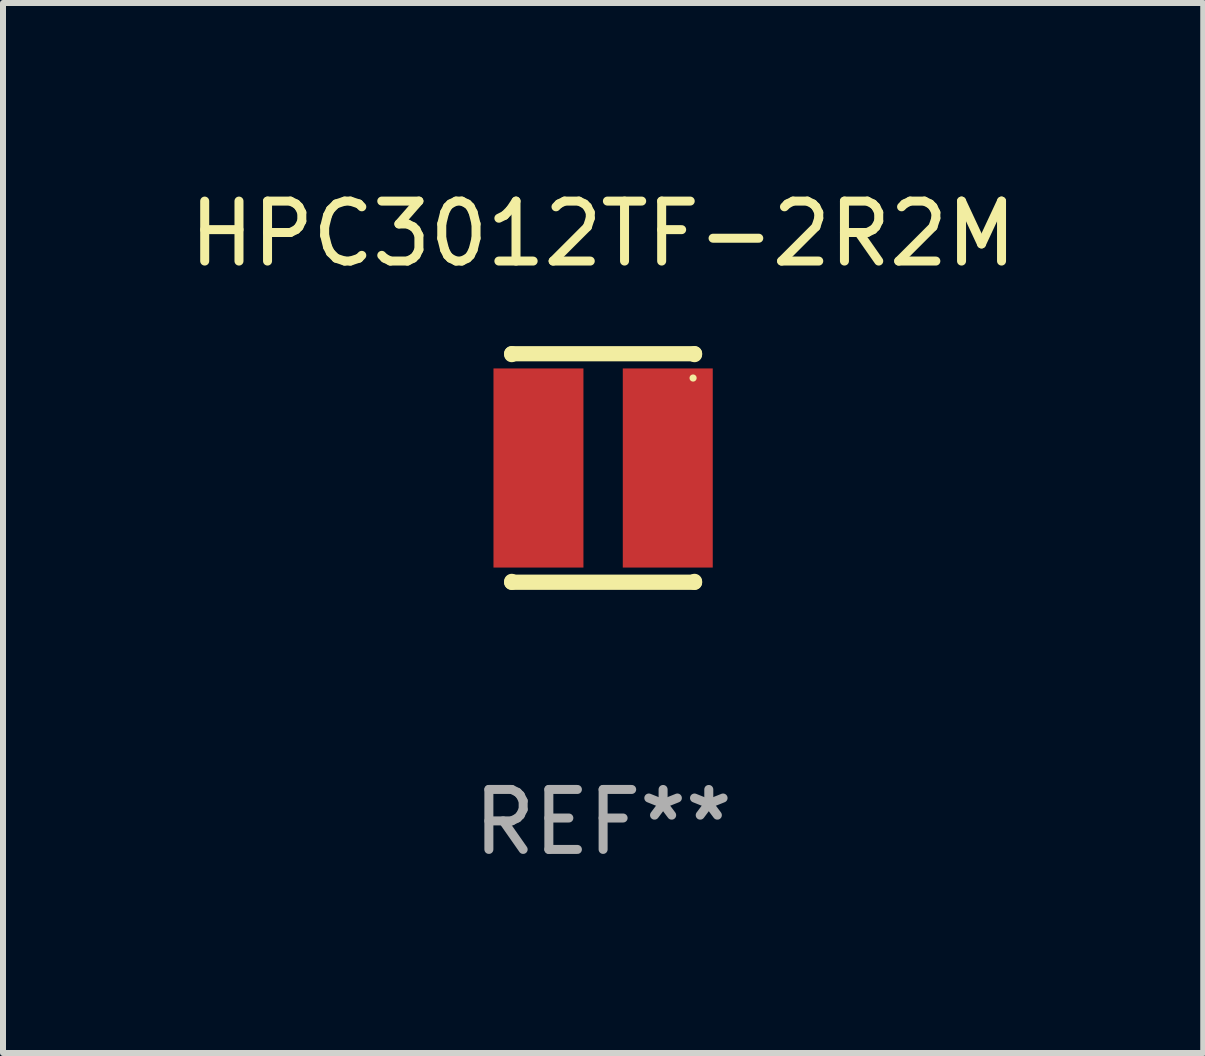
<source format=kicad_pcb>
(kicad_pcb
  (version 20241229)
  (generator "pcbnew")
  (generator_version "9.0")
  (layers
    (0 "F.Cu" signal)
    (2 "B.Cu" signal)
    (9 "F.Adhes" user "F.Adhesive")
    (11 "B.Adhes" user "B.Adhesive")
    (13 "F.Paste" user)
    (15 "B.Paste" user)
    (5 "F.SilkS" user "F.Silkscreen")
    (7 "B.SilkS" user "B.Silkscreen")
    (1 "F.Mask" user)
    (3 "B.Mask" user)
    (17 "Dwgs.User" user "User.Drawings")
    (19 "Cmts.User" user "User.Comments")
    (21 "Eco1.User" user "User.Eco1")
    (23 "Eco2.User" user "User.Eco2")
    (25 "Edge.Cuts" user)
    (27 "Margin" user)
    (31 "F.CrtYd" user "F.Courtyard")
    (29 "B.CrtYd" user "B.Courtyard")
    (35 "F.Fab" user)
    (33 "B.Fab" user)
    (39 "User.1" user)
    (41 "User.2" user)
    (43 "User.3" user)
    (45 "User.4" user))
  (footprint "HPC3012TF-2R2M"
    (layer "F.Cu")
    (at 7.006 4.753)
    (property "Reference" "HPC3012TF-2R2M" (at 0 -3.905 0) (layer "F.SilkS") (effects (font (size 1 1) (thickness 0.15))))
    (attr through_hole)
    (fp_line (start -1.524 -1.905) (end 1.524 -1.905) (stroke (width 0.254) (type solid)) (layer "F.SilkS"))
    (fp_line (start -1.524 -1.891) (end -1.524 -1.905) (stroke (width 0.254) (type solid)) (layer "F.SilkS"))
    (fp_line (start -1.524 1.905) (end -1.524 1.891) (stroke (width 0.254) (type solid)) (layer "F.SilkS"))
    (fp_line (start -1.524 1.905) (end 1.524 1.905) (stroke (width 0.254) (type solid)) (layer "F.SilkS"))
    (fp_line (start 1.524 -1.905) (end 1.524 -1.891) (stroke (width 0.254) (type solid)) (layer "F.SilkS"))
    (fp_line (start 1.524 1.891) (end 1.524 1.905) (stroke (width 0.254) (type solid)) (layer "F.SilkS"))
    (fp_circle (center 1.5 -1.5) (end 1.53 -1.5) (stroke (width 0.06) (type solid)) (fill no) (layer "F.SilkS"))
    (fp_text user "REF**" (at 0 5.905 0) (layer "F.Fab") (effects (font (size 1 1) (thickness 0.15))))
    (pad "1" smd rect (at 1.078 0.000076) (size 1.5 3.32) (layers "F.Cu" "F.Mask" "F.Paste"))
    (pad "2" smd rect (at -1.078 0.000076) (size 1.5 3.32) (layers "F.Cu" "F.Mask" "F.Paste")))
  (gr_rect
    (start -3 -3)
    (end 17.012 14.507)
    (stroke (width 0.1) (type default))
    (fill no)
    (layer "Edge.Cuts")))
</source>
